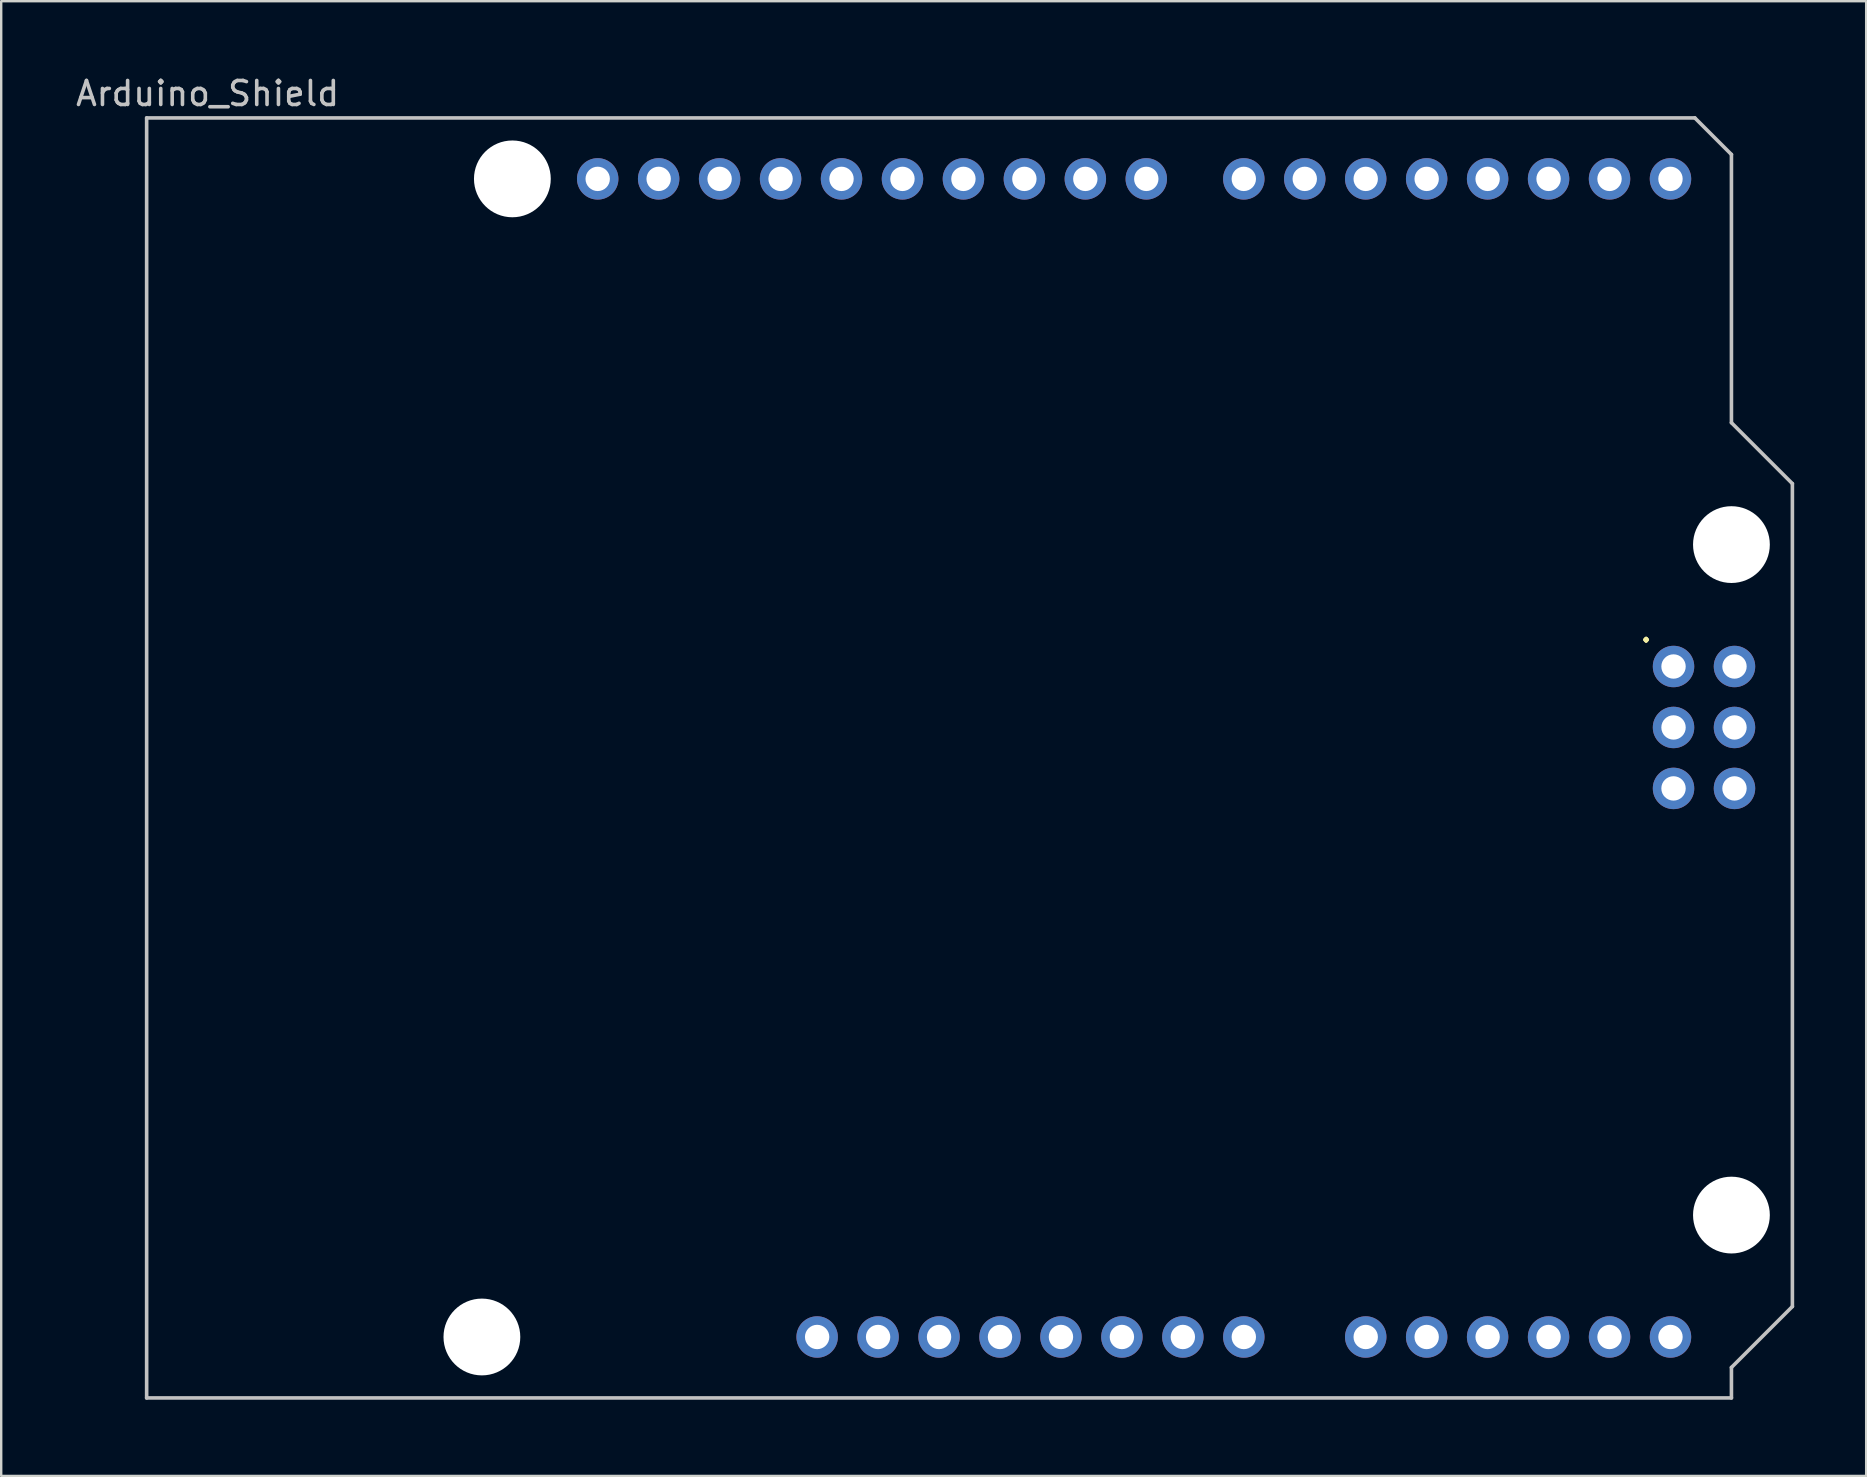
<source format=kicad_pcb>
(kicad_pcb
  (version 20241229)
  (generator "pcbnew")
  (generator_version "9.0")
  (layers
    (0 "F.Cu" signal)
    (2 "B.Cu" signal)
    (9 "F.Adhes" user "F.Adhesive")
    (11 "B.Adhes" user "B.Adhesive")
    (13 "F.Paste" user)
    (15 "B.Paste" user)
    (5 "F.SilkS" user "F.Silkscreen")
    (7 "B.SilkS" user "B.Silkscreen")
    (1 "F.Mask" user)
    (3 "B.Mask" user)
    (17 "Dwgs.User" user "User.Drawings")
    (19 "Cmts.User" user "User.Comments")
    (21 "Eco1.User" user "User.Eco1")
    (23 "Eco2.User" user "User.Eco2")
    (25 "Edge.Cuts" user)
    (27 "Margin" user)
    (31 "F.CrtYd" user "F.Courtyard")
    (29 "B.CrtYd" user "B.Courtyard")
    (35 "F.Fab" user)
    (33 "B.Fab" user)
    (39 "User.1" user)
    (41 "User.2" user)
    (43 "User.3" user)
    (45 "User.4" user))
  (footprint "Arduino_Shield"
    (layer "F.Cu")
    (at 3.061 55.204)
    (property "Reference" "Arduino_Shield" (at 2.54 -54.356 0) (layer "Dwgs.User") (effects (font (size 1 1) (thickness 0.15))))
    (attr through_hole)
    (fp_line (start 0 -53.34) (end 0 0) (stroke (width 0.15) (type solid)) (layer "Dwgs.User"))
    (fp_line (start 0 -53.34) (end 64.516 -53.34) (stroke (width 0.15) (type solid)) (layer "Dwgs.User"))
    (fp_line (start 0 0) (end 66.04 0) (stroke (width 0.15) (type solid)) (layer "Dwgs.User"))
    (fp_line (start 64.516 -53.34) (end 66.04 -51.816) (stroke (width 0.15) (type solid)) (layer "Dwgs.User"))
    (fp_line (start 66.04 -40.64) (end 66.04 -51.816) (stroke (width 0.15) (type solid)) (layer "Dwgs.User"))
    (fp_line (start 66.04 -1.27) (end 68.58 -3.81) (stroke (width 0.15) (type solid)) (layer "Dwgs.User"))
    (fp_line (start 66.04 0) (end 66.04 -1.27) (stroke (width 0.15) (type solid)) (layer "Dwgs.User"))
    (fp_line (start 68.58 -38.1) (end 66.04 -40.64) (stroke (width 0.15) (type solid)) (layer "Dwgs.User"))
    (fp_line (start 68.58 -3.81) (end 68.58 -38.1) (stroke (width 0.15) (type solid)) (layer "Dwgs.User"))
    (fp_text user "." (at 62.484 -32.004 0) (layer "F.SilkS") (effects (font (size 1 1) (thickness 0.15))))
    (pad "" np_thru_hole circle (at 13.97 -2.54) (size 3.2 3.2) (drill 3.2) (layers "*.Cu" "*.Mask"))
    (pad "" np_thru_hole circle (at 15.24 -50.8) (size 3.2 3.2) (drill 3.2) (layers "*.Cu" "*.Mask"))
    (pad "" thru_hole oval (at 27.94 -2.54) (size 1.727 1.727) (drill 1.016) (layers "*.Cu" "*.Mask"))
    (pad "" np_thru_hole circle (at 66.04 -35.56) (size 3.2 3.2) (drill 3.2) (layers "*.Cu" "*.Mask"))
    (pad "" np_thru_hole circle (at 66.04 -7.62) (size 3.2 3.2) (drill 3.2) (layers "*.Cu" "*.Mask"))
    (pad "3V3" thru_hole oval (at 35.56 -2.54) (size 1.727 1.727) (drill 1.016) (layers "*.Cu" "*.Mask"))
    (pad "5V1" thru_hole oval (at 38.1 -2.54) (size 1.727 1.727) (drill 1.016) (layers "*.Cu" "*.Mask"))
    (pad "5V2" thru_hole oval (at 66.167 -30.48) (size 1.727 1.727) (drill 1.016) (layers "*.Cu" "*.Mask"))
    (pad "A0" thru_hole oval (at 50.8 -2.54) (size 1.727 1.727) (drill 1.016) (layers "*.Cu" "*.Mask"))
    (pad "A1" thru_hole oval (at 53.34 -2.54) (size 1.727 1.727) (drill 1.016) (layers "*.Cu" "*.Mask"))
    (pad "A2" thru_hole oval (at 55.88 -2.54) (size 1.727 1.727) (drill 1.016) (layers "*.Cu" "*.Mask"))
    (pad "A3" thru_hole oval (at 58.42 -2.54) (size 1.727 1.727) (drill 1.016) (layers "*.Cu" "*.Mask"))
    (pad "A4" thru_hole oval (at 60.96 -2.54) (size 1.727 1.727) (drill 1.016) (layers "*.Cu" "*.Mask"))
    (pad "A5" thru_hole oval (at 63.5 -2.54) (size 1.727 1.727) (drill 1.016) (layers "*.Cu" "*.Mask"))
    (pad "AREF" thru_hole oval (at 23.876 -50.8) (size 1.727 1.727) (drill 1.016) (layers "*.Cu" "*.Mask"))
    (pad "D0" thru_hole oval (at 63.5 -50.8) (size 1.727 1.727) (drill 1.016) (layers "*.Cu" "*.Mask"))
    (pad "D1" thru_hole oval (at 60.96 -50.8) (size 1.727 1.727) (drill 1.016) (layers "*.Cu" "*.Mask"))
    (pad "D2" thru_hole oval (at 58.42 -50.8) (size 1.727 1.727) (drill 1.016) (layers "*.Cu" "*.Mask"))
    (pad "D3" thru_hole oval (at 55.88 -50.8) (size 1.727 1.727) (drill 1.016) (layers "*.Cu" "*.Mask"))
    (pad "D4" thru_hole oval (at 53.34 -50.8) (size 1.727 1.727) (drill 1.016) (layers "*.Cu" "*.Mask"))
    (pad "D5" thru_hole oval (at 50.8 -50.8) (size 1.727 1.727) (drill 1.016) (layers "*.Cu" "*.Mask"))
    (pad "D6" thru_hole oval (at 48.26 -50.8) (size 1.727 1.727) (drill 1.016) (layers "*.Cu" "*.Mask"))
    (pad "D7" thru_hole oval (at 45.72 -50.8) (size 1.727 1.727) (drill 1.016) (layers "*.Cu" "*.Mask"))
    (pad "D8" thru_hole oval (at 41.656 -50.8) (size 1.727 1.727) (drill 1.016) (layers "*.Cu" "*.Mask"))
    (pad "D9" thru_hole oval (at 39.116 -50.8) (size 1.727 1.727) (drill 1.016) (layers "*.Cu" "*.Mask"))
    (pad "D10" thru_hole oval (at 36.576 -50.8) (size 1.727 1.727) (drill 1.016) (layers "*.Cu" "*.Mask"))
    (pad "D11" thru_hole oval (at 34.036 -50.8) (size 1.727 1.727) (drill 1.016) (layers "*.Cu" "*.Mask"))
    (pad "D12" thru_hole oval (at 31.496 -50.8) (size 1.727 1.727) (drill 1.016) (layers "*.Cu" "*.Mask"))
    (pad "D13" thru_hole oval (at 28.956 -50.8) (size 1.727 1.727) (drill 1.016) (layers "*.Cu" "*.Mask"))
    (pad "GND1" thru_hole oval (at 26.416 -50.8) (size 1.727 1.727) (drill 1.016) (layers "*.Cu" "*.Mask"))
    (pad "GND2" thru_hole oval (at 40.64 -2.54) (size 1.727 1.727) (drill 1.016) (layers "*.Cu" "*.Mask"))
    (pad "GND3" thru_hole oval (at 43.18 -2.54) (size 1.727 1.727) (drill 1.016) (layers "*.Cu" "*.Mask"))
    (pad "GND4" thru_hole oval (at 66.167 -25.4) (size 1.727 1.727) (drill 1.016) (layers "*.Cu" "*.Mask"))
    (pad "IORF" thru_hole oval (at 30.48 -2.54) (size 1.727 1.727) (drill 1.016) (layers "*.Cu" "*.Mask"))
    (pad "MISO" thru_hole oval (at 63.627 -30.48) (size 1.727 1.727) (drill 1.016) (layers "*.Cu" "*.Mask"))
    (pad "MOSI" thru_hole oval (at 66.167 -27.94) (size 1.727 1.727) (drill 1.016) (layers "*.Cu" "*.Mask"))
    (pad "RST1" thru_hole oval (at 33.02 -2.54) (size 1.727 1.727) (drill 1.016) (layers "*.Cu" "*.Mask"))
    (pad "RST2" thru_hole oval (at 63.627 -25.4) (size 1.727 1.727) (drill 1.016) (layers "*.Cu" "*.Mask"))
    (pad "SCK" thru_hole oval (at 63.627 -27.94) (size 1.727 1.727) (drill 1.016) (layers "*.Cu" "*.Mask"))
    (pad "SCL" thru_hole oval (at 18.796 -50.8) (size 1.727 1.727) (drill 1.016) (layers "*.Cu" "*.Mask"))
    (pad "SDA" thru_hole oval (at 21.336 -50.8) (size 1.727 1.727) (drill 1.016) (layers "*.Cu" "*.Mask"))
    (pad "VIN" thru_hole oval (at 45.72 -2.54) (size 1.727 1.727) (drill 1.016) (layers "*.Cu" "*.Mask")))
  (gr_rect
    (start -3 -3)
    (end 74.716 58.454)
    (stroke (width 0.1) (type default))
    (fill no)
    (layer "Edge.Cuts")))
</source>
